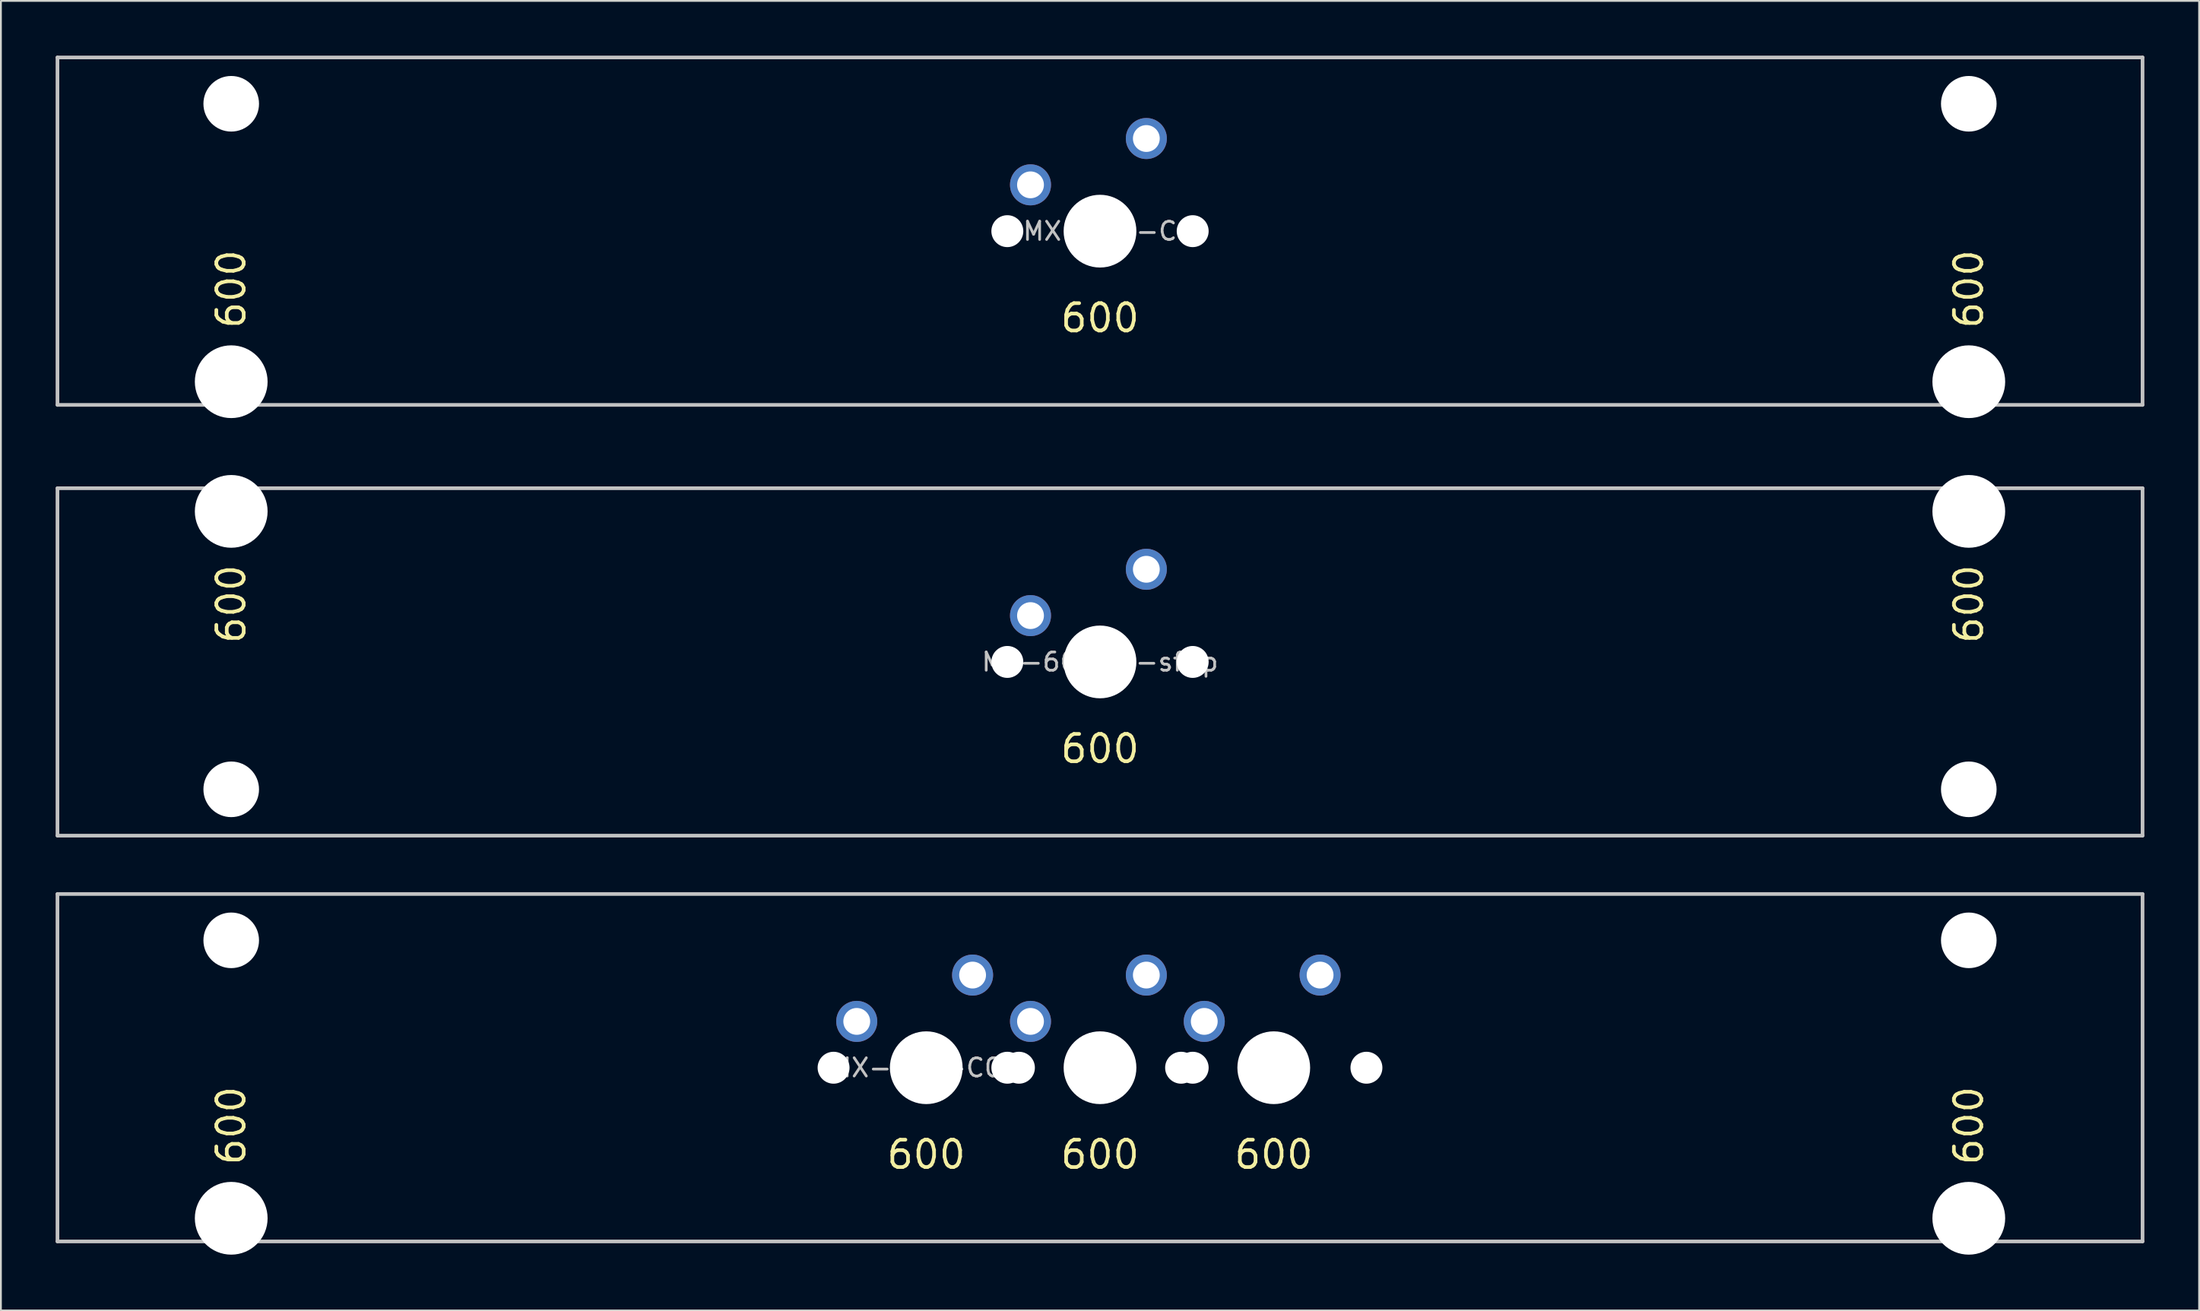
<source format=kicad_pcb>
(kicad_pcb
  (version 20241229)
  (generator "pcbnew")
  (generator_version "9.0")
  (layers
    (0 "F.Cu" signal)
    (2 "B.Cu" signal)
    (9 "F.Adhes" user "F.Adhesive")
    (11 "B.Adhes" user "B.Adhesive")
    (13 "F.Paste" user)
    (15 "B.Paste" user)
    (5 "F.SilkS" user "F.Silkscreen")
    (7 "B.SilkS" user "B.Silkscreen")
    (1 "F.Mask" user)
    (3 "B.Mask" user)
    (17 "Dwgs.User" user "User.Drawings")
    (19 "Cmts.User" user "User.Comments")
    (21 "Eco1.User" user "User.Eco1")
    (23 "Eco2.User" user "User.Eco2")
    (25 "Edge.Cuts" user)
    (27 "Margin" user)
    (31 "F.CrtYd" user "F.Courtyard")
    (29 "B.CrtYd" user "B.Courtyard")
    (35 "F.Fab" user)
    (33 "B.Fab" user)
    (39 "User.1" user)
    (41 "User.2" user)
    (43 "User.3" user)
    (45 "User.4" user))
  (footprint "MX-600-C-sflip"
    (layer "F.Cu")
    (at 57.25 33.245)
    (property "Reference" "MX-600-C-sflip" (at 0 0 0) (layer "Dwgs.User") (effects (font (size 1 1) (thickness 0.15))))
    (attr through_hole)
    (fp_line (start -57.15 -9.525) (end 57.15 -9.525) (stroke (width 0.2) (type solid)) (layer "Dwgs.User"))
    (fp_line (start -57.15 9.525) (end -57.15 -9.525) (stroke (width 0.2) (type solid)) (layer "Dwgs.User"))
    (fp_line (start -57.15 9.525) (end 57.15 9.525) (stroke (width 0.2) (type solid)) (layer "Dwgs.User"))
    (fp_line (start 57.15 -9.525) (end 57.15 9.525) (stroke (width 0.2) (type solid)) (layer "Dwgs.User"))
    (fp_line (start -51.055 -10.25) (end -51.055 8.95) (stroke (width 0.12) (type solid)) (layer "Eco1.User"))
    (fp_line (start -51.055 8.95) (end -44.195 8.95) (stroke (width 0.12) (type solid)) (layer "Eco1.User"))
    (fp_line (start -44.195 -7) (end -7 -7) (stroke (width 0.12) (type solid)) (layer "Eco1.User"))
    (fp_line (start -44.195 8.95) (end -44.195 -7) (stroke (width 0.12) (type solid)) (layer "Eco1.User"))
    (fp_line (start -7 7) (end -7 -7) (stroke (width 0.12) (type solid)) (layer "Eco1.User"))
    (fp_line (start 7 -7) (end 44.195 -7) (stroke (width 0.12) (type solid)) (layer "Eco1.User"))
    (fp_line (start 7 7) (end -7 7) (stroke (width 0.12) (type solid)) (layer "Eco1.User"))
    (fp_line (start 7 7) (end 7 -7) (stroke (width 0.12) (type solid)) (layer "Eco1.User"))
    (fp_line (start 44.195 -7) (end 44.195 8.95) (stroke (width 0.12) (type solid)) (layer "Eco1.User"))
    (fp_line (start 44.195 8.95) (end 51.055 8.95) (stroke (width 0.12) (type solid)) (layer "Eco1.User"))
    (fp_line (start 51.055 -10.25) (end -51.055 -10.25) (stroke (width 0.12) (type solid)) (layer "Eco1.User"))
    (fp_line (start 51.055 8.95) (end 51.055 -10.25) (stroke (width 0.12) (type solid)) (layer "Eco1.User"))
    (fp_circle (center -47.625 6.985) (end -50.125 6.985) (stroke (width 0.12) (type solid)) (fill no) (layer "Eco2.User"))
    (fp_circle (center 47.625 6.985) (end 45.125 6.985) (stroke (width 0.12) (type solid)) (fill no) (layer "Eco2.User"))
    (fp_text user "600" (at 47.625 -3.175 270) (layer "F.SilkS") (effects (font (size 1.5 1.5) (thickness 0.2))))
    (fp_text user "600" (at -47.625 -3.175 270) (layer "F.SilkS") (effects (font (size 1.5 1.5) (thickness 0.2))))
    (fp_text user "600" (at 0 4.763 0) (layer "F.SilkS") (effects (font (size 1.5 1.5) (thickness 0.2))))
    (pad "" np_thru_hole circle (at -47.625 -8.255 180) (size 3.988 3.988) (drill 3.988) (layers "*.Cu" "*.Mask"))
    (pad "" np_thru_hole circle (at -47.625 6.985 180) (size 3.048 3.048) (drill 3.048) (layers "*.Cu" "*.Mask"))
    (pad "" np_thru_hole circle (at -5.08 0) (size 1.75 1.75) (drill 1.75) (layers "*.Cu" "*.Mask"))
    (pad "" np_thru_hole circle (at 0 0) (size 3.988 3.988) (drill 3.988) (layers "*.Cu" "*.Mask"))
    (pad "" np_thru_hole circle (at 5.08 0) (size 1.75 1.75) (drill 1.75) (layers "*.Cu" "*.Mask"))
    (pad "" np_thru_hole circle (at 47.625 -8.255 180) (size 3.988 3.988) (drill 3.988) (layers "*.Cu" "*.Mask"))
    (pad "" np_thru_hole circle (at 47.625 6.985 180) (size 3.048 3.048) (drill 3.048) (layers "*.Cu" "*.Mask"))
    (pad "1" thru_hole circle (at 2.54 -5.08) (size 2.25 2.25) (drill 1.47) (layers "*.Cu" "B.Mask"))
    (pad "2" thru_hole circle (at -3.81 -2.54) (size 2.25 2.25) (drill 1.47) (layers "*.Cu" "B.Mask")))
  (footprint "MX-600-COC"
    (layer "F.Cu")
    (at 57.25 55.495)
    (property "Reference" "MX-600-COC" (at -9.525 0 0) (layer "Dwgs.User") (effects (font (size 1 1) (thickness 0.15))))
    (attr through_hole)
    (fp_line (start -57.15 9.525) (end -57.15 -9.525) (stroke (width 0.2) (type solid)) (layer "Dwgs.User"))
    (fp_line (start 57.15 -9.525) (end -57.15 -9.525) (stroke (width 0.2) (type solid)) (layer "Dwgs.User"))
    (fp_line (start 57.15 -9.525) (end 57.15 9.525) (stroke (width 0.2) (type solid)) (layer "Dwgs.User"))
    (fp_line (start 57.15 9.525) (end -57.15 9.525) (stroke (width 0.2) (type solid)) (layer "Dwgs.User"))
    (fp_line (start -51.055 -8.95) (end -51.055 10.25) (stroke (width 0.12) (type solid)) (layer "Eco1.User"))
    (fp_line (start -51.055 10.25) (end 51.055 10.25) (stroke (width 0.12) (type solid)) (layer "Eco1.User"))
    (fp_line (start -44.195 -8.95) (end -51.055 -8.95) (stroke (width 0.12) (type solid)) (layer "Eco1.User"))
    (fp_line (start -44.195 7) (end -44.195 -8.95) (stroke (width 0.12) (type solid)) (layer "Eco1.User"))
    (fp_line (start -16.525 -7) (end -16.525 7) (stroke (width 0.12) (type solid)) (layer "Eco1.User"))
    (fp_line (start -16.525 -7) (end 16.525 -7) (stroke (width 0.12) (type solid)) (layer "Eco1.User"))
    (fp_line (start -16.525 7) (end -44.195 7) (stroke (width 0.12) (type solid)) (layer "Eco1.User"))
    (fp_line (start 16.525 -7) (end 16.525 7) (stroke (width 0.12) (type solid)) (layer "Eco1.User"))
    (fp_line (start 44.195 -8.95) (end 44.195 7) (stroke (width 0.12) (type solid)) (layer "Eco1.User"))
    (fp_line (start 44.195 7) (end 16.525 7) (stroke (width 0.12) (type solid)) (layer "Eco1.User"))
    (fp_line (start 51.055 -8.95) (end 44.195 -8.95) (stroke (width 0.12) (type solid)) (layer "Eco1.User"))
    (fp_line (start 51.055 10.25) (end 51.055 -8.95) (stroke (width 0.12) (type solid)) (layer "Eco1.User"))
    (fp_circle (center -47.625 -6.985) (end -45.125 -6.985) (stroke (width 0.12) (type solid)) (fill no) (layer "Eco2.User"))
    (fp_circle (center 47.625 -6.985) (end 50.125 -6.985) (stroke (width 0.12) (type solid)) (fill no) (layer "Eco2.User"))
    (fp_text user "600" (at -9.525 4.763 0) (layer "F.SilkS") (effects (font (size 1.5 1.5) (thickness 0.2))))
    (fp_text user "600" (at 0 4.763 0) (layer "F.SilkS") (effects (font (size 1.5 1.5) (thickness 0.2))))
    (fp_text user "600" (at 9.525 4.763 0) (layer "F.SilkS") (effects (font (size 1.5 1.5) (thickness 0.2))))
    (fp_text user "600" (at 47.625 3.175 90) (layer "F.SilkS") (effects (font (size 1.5 1.5) (thickness 0.2))))
    (fp_text user "600" (at -47.625 3.175 90) (layer "F.SilkS") (effects (font (size 1.5 1.5) (thickness 0.2))))
    (pad "" np_thru_hole circle (at -47.625 -6.985) (size 3.048 3.048) (drill 3.048) (layers "*.Cu" "*.Mask"))
    (pad "" np_thru_hole circle (at -47.625 8.255) (size 3.988 3.988) (drill 3.988) (layers "*.Cu" "*.Mask"))
    (pad "" np_thru_hole circle (at -14.605 0) (size 1.75 1.75) (drill 1.75) (layers "*.Cu" "*.Mask"))
    (pad "" np_thru_hole circle (at -9.525 0) (size 3.988 3.988) (drill 3.988) (layers "*.Cu" "*.Mask"))
    (pad "" np_thru_hole circle (at -5.08 0) (size 1.75 1.75) (drill 1.75) (layers "*.Cu" "*.Mask"))
    (pad "" np_thru_hole circle (at -4.445 0) (size 1.75 1.75) (drill 1.75) (layers "*.Cu" "*.Mask"))
    (pad "" np_thru_hole circle (at 0 0) (size 3.988 3.988) (drill 3.988) (layers "*.Cu" "*.Mask"))
    (pad "" np_thru_hole circle (at 4.445 0) (size 1.75 1.75) (drill 1.75) (layers "*.Cu" "*.Mask"))
    (pad "" np_thru_hole circle (at 5.08 0) (size 1.75 1.75) (drill 1.75) (layers "*.Cu" "*.Mask"))
    (pad "" np_thru_hole circle (at 9.525 0) (size 3.988 3.988) (drill 3.988) (layers "*.Cu" "*.Mask"))
    (pad "" np_thru_hole circle (at 14.605 0) (size 1.75 1.75) (drill 1.75) (layers "*.Cu" "*.Mask"))
    (pad "" np_thru_hole circle (at 47.625 -6.985) (size 3.048 3.048) (drill 3.048) (layers "*.Cu" "*.Mask"))
    (pad "" np_thru_hole circle (at 47.625 8.255) (size 3.988 3.988) (drill 3.988) (layers "*.Cu" "*.Mask"))
    (pad "1" thru_hole circle (at -6.985 -5.08) (size 2.25 2.25) (drill 1.47) (layers "*.Cu" "B.Mask"))
    (pad "1" thru_hole circle (at 2.54 -5.08) (size 2.25 2.25) (drill 1.47) (layers "*.Cu" "B.Mask"))
    (pad "1" thru_hole circle (at 12.065 -5.08) (size 2.25 2.25) (drill 1.47) (layers "*.Cu" "B.Mask"))
    (pad "2" thru_hole circle (at -13.335 -2.54) (size 2.25 2.25) (drill 1.47) (layers "*.Cu" "B.Mask"))
    (pad "2" thru_hole circle (at -3.81 -2.54) (size 2.25 2.25) (drill 1.47) (layers "*.Cu" "B.Mask"))
    (pad "2" thru_hole circle (at 5.715 -2.54) (size 2.25 2.25) (drill 1.47) (layers "*.Cu" "B.Mask")))
  (footprint "MX-600-C"
    (layer "F.Cu")
    (at 57.25 9.625)
    (property "Reference" "MX-600-C" (at 0 0 0) (layer "Dwgs.User") (effects (font (size 1 1) (thickness 0.15))))
    (attr through_hole)
    (fp_line (start -57.15 9.525) (end -57.15 -9.525) (stroke (width 0.2) (type solid)) (layer "Dwgs.User"))
    (fp_line (start 57.15 -9.525) (end -57.15 -9.525) (stroke (width 0.2) (type solid)) (layer "Dwgs.User"))
    (fp_line (start 57.15 -9.525) (end 57.15 9.525) (stroke (width 0.2) (type solid)) (layer "Dwgs.User"))
    (fp_line (start 57.15 9.525) (end -57.15 9.525) (stroke (width 0.2) (type solid)) (layer "Dwgs.User"))
    (fp_line (start -51.055 -8.95) (end -51.055 10.25) (stroke (width 0.12) (type solid)) (layer "Eco1.User"))
    (fp_line (start -51.055 10.25) (end 51.055 10.25) (stroke (width 0.12) (type solid)) (layer "Eco1.User"))
    (fp_line (start -44.195 -8.95) (end -51.055 -8.95) (stroke (width 0.12) (type solid)) (layer "Eco1.User"))
    (fp_line (start -44.195 7) (end -44.195 -8.95) (stroke (width 0.12) (type solid)) (layer "Eco1.User"))
    (fp_line (start -7 -7) (end -7 7) (stroke (width 0.12) (type solid)) (layer "Eco1.User"))
    (fp_line (start -7 -7) (end 7 -7) (stroke (width 0.12) (type solid)) (layer "Eco1.User"))
    (fp_line (start -7 7) (end -44.195 7) (stroke (width 0.12) (type solid)) (layer "Eco1.User"))
    (fp_line (start 7 -7) (end 7 7) (stroke (width 0.12) (type solid)) (layer "Eco1.User"))
    (fp_line (start 44.195 -8.95) (end 44.195 7) (stroke (width 0.12) (type solid)) (layer "Eco1.User"))
    (fp_line (start 44.195 7) (end 7 7) (stroke (width 0.12) (type solid)) (layer "Eco1.User"))
    (fp_line (start 51.055 -8.95) (end 44.195 -8.95) (stroke (width 0.12) (type solid)) (layer "Eco1.User"))
    (fp_line (start 51.055 10.25) (end 51.055 -8.95) (stroke (width 0.12) (type solid)) (layer "Eco1.User"))
    (fp_circle (center -47.625 -6.985) (end -45.125 -6.985) (stroke (width 0.12) (type solid)) (fill no) (layer "Eco2.User"))
    (fp_circle (center 47.625 -6.985) (end 50.125 -6.985) (stroke (width 0.12) (type solid)) (fill no) (layer "Eco2.User"))
    (fp_text user "600" (at -47.625 3.175 90) (layer "F.SilkS") (effects (font (size 1.5 1.5) (thickness 0.2))))
    (fp_text user "600" (at 47.625 3.175 90) (layer "F.SilkS") (effects (font (size 1.5 1.5) (thickness 0.2))))
    (fp_text user "600" (at 0 4.763 0) (layer "F.SilkS") (effects (font (size 1.5 1.5) (thickness 0.2))))
    (pad "" np_thru_hole circle (at -47.625 -6.985) (size 3.048 3.048) (drill 3.048) (layers "*.Cu" "*.Mask"))
    (pad "" np_thru_hole circle (at -47.625 8.255) (size 3.988 3.988) (drill 3.988) (layers "*.Cu" "*.Mask"))
    (pad "" np_thru_hole circle (at -5.08 0) (size 1.75 1.75) (drill 1.75) (layers "*.Cu" "*.Mask"))
    (pad "" np_thru_hole circle (at 0 0) (size 3.988 3.988) (drill 3.988) (layers "*.Cu" "*.Mask"))
    (pad "" np_thru_hole circle (at 5.08 0) (size 1.75 1.75) (drill 1.75) (layers "*.Cu" "*.Mask"))
    (pad "" np_thru_hole circle (at 47.625 -6.985) (size 3.048 3.048) (drill 3.048) (layers "*.Cu" "*.Mask"))
    (pad "" np_thru_hole circle (at 47.625 8.255) (size 3.988 3.988) (drill 3.988) (layers "*.Cu" "*.Mask"))
    (pad "1" thru_hole circle (at 2.54 -5.08) (size 2.25 2.25) (drill 1.47) (layers "*.Cu" "B.Mask"))
    (pad "2" thru_hole circle (at -3.81 -2.54) (size 2.25 2.25) (drill 1.47) (layers "*.Cu" "B.Mask")))
  (gr_rect
    (start -3 -3)
    (end 117.5 68.805)
    (stroke (width 0.1) (type default))
    (fill no)
    (layer "Edge.Cuts")))
</source>
